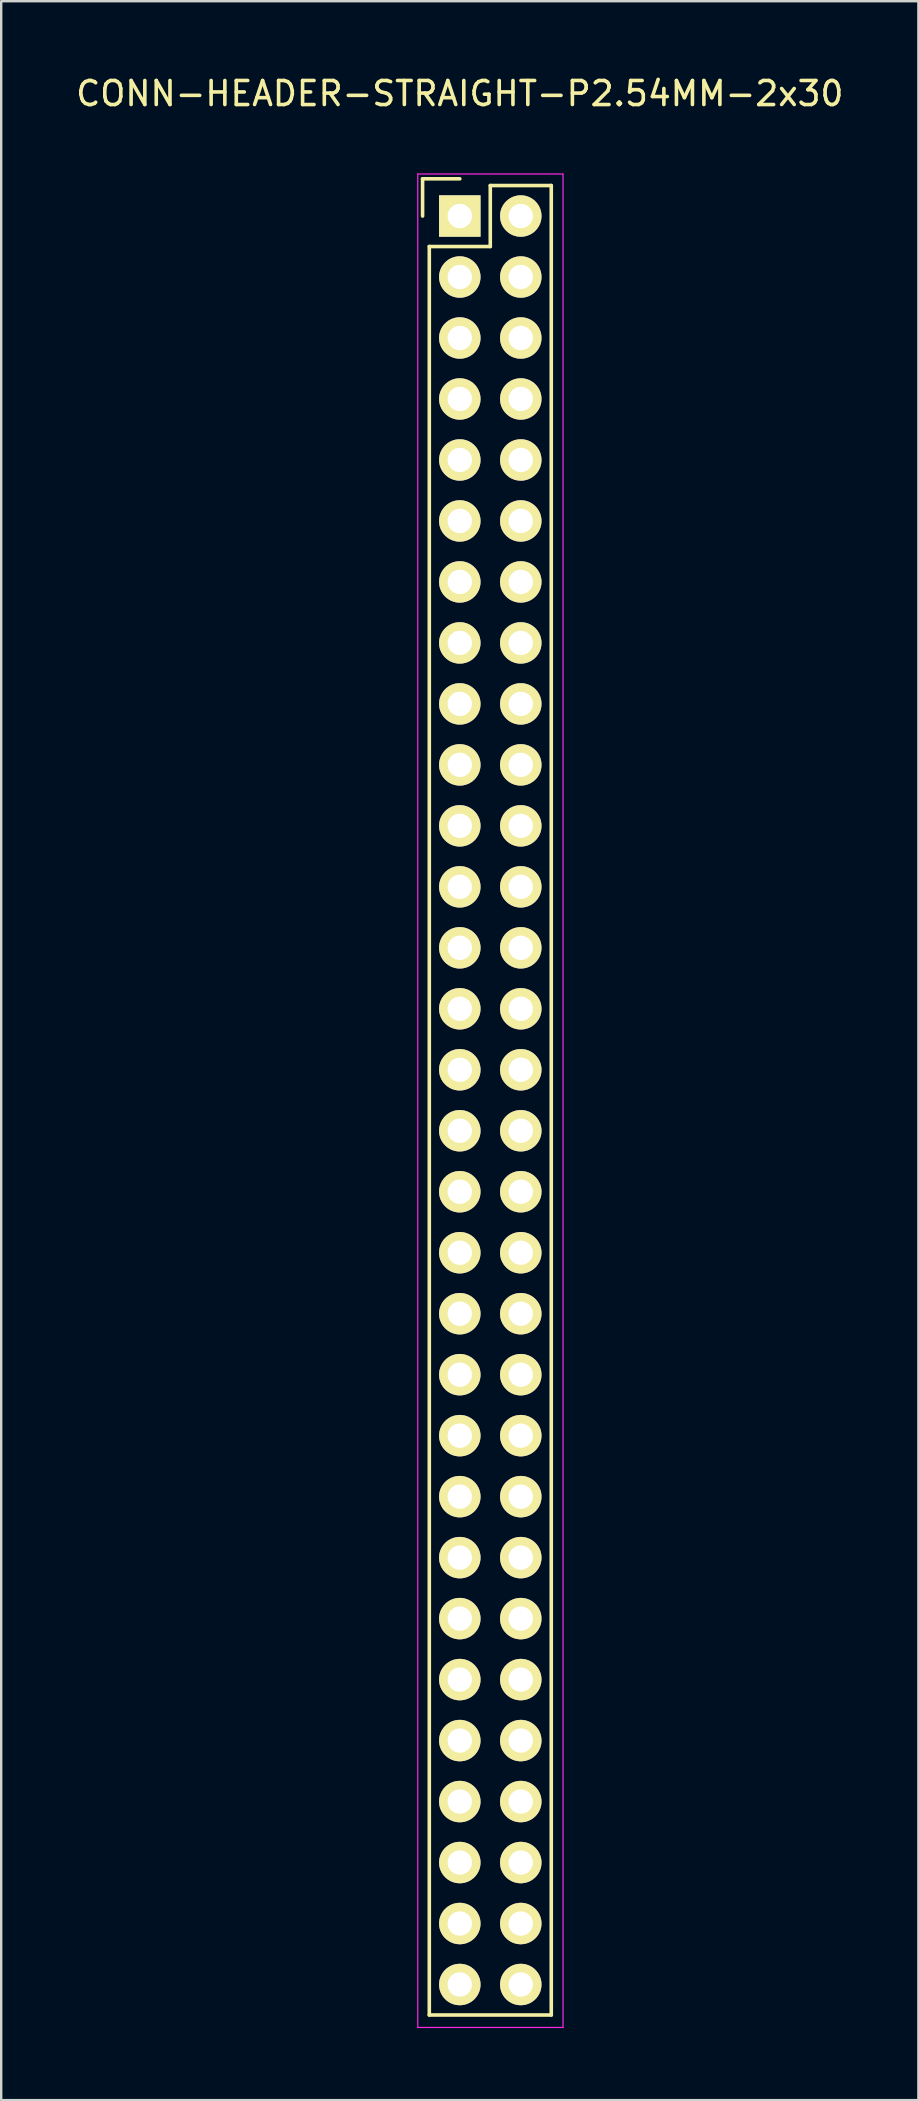
<source format=kicad_pcb>
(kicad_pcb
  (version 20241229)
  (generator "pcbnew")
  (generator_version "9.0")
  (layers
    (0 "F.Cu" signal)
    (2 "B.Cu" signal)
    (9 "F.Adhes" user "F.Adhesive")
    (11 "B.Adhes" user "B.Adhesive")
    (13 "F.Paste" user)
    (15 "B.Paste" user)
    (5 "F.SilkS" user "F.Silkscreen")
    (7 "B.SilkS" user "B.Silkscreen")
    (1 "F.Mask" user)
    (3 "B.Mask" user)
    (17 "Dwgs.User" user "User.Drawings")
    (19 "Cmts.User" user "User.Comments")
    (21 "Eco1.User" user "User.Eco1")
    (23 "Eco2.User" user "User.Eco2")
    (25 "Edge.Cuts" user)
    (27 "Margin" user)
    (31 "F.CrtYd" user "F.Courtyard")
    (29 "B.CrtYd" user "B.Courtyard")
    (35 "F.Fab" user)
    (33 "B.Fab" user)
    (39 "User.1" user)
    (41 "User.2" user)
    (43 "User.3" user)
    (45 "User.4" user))
  (footprint "CONN-HEADER-STRAIGHT-P2.54MM-2x30"
    (layer "F.Cu")
    (at 16.101 5.948)
    (property "Reference" "CONN-HEADER-STRAIGHT-P2.54MM-2x30" (at 0 -5.1 0) (layer "F.SilkS") (effects (font (size 1 1) (thickness 0.15))))
    (attr through_hole)
    (fp_line (start -1.55 -1.55) (end -1.55 0) (stroke (width 0.15) (type solid)) (layer "F.SilkS"))
    (fp_line (start -1.27 74.93) (end -1.27 1.27) (stroke (width 0.15) (type solid)) (layer "F.SilkS"))
    (fp_line (start 0 -1.55) (end -1.55 -1.55) (stroke (width 0.15) (type solid)) (layer "F.SilkS"))
    (fp_line (start 1.27 -1.27) (end 1.27 1.27) (stroke (width 0.15) (type solid)) (layer "F.SilkS"))
    (fp_line (start 1.27 1.27) (end -1.27 1.27) (stroke (width 0.15) (type solid)) (layer "F.SilkS"))
    (fp_line (start 3.81 -1.27) (end 1.27 -1.27) (stroke (width 0.15) (type solid)) (layer "F.SilkS"))
    (fp_line (start 3.81 -1.27) (end 3.81 74.93) (stroke (width 0.15) (type solid)) (layer "F.SilkS"))
    (fp_line (start 3.81 74.93) (end -1.27 74.93) (stroke (width 0.15) (type solid)) (layer "F.SilkS"))
    (fp_line (start -1.75 -1.75) (end -1.75 75.45) (stroke (width 0.05) (type solid)) (layer "F.CrtYd"))
    (fp_line (start -1.75 -1.75) (end 4.3 -1.75) (stroke (width 0.05) (type solid)) (layer "F.CrtYd"))
    (fp_line (start -1.75 75.45) (end 4.3 75.45) (stroke (width 0.05) (type solid)) (layer "F.CrtYd"))
    (fp_line (start 4.3 -1.75) (end 4.3 75.45) (stroke (width 0.05) (type solid)) (layer "F.CrtYd"))
    (pad "1" thru_hole rect (at 0 0) (size 1.727 1.727) (drill 1.016) (layers "*.Cu" "*.Mask" "F.SilkS"))
    (pad "2" thru_hole oval (at 2.54 0) (size 1.727 1.727) (drill 1.016) (layers "*.Cu" "*.Mask" "F.SilkS"))
    (pad "3" thru_hole oval (at 0 2.54) (size 1.727 1.727) (drill 1.016) (layers "*.Cu" "*.Mask" "F.SilkS"))
    (pad "4" thru_hole oval (at 2.54 2.54) (size 1.727 1.727) (drill 1.016) (layers "*.Cu" "*.Mask" "F.SilkS"))
    (pad "5" thru_hole oval (at 0 5.08) (size 1.727 1.727) (drill 1.016) (layers "*.Cu" "*.Mask" "F.SilkS"))
    (pad "6" thru_hole oval (at 2.54 5.08) (size 1.727 1.727) (drill 1.016) (layers "*.Cu" "*.Mask" "F.SilkS"))
    (pad "7" thru_hole oval (at 0 7.62) (size 1.727 1.727) (drill 1.016) (layers "*.Cu" "*.Mask" "F.SilkS"))
    (pad "8" thru_hole oval (at 2.54 7.62) (size 1.727 1.727) (drill 1.016) (layers "*.Cu" "*.Mask" "F.SilkS"))
    (pad "9" thru_hole oval (at 0 10.16) (size 1.727 1.727) (drill 1.016) (layers "*.Cu" "*.Mask" "F.SilkS"))
    (pad "10" thru_hole oval (at 2.54 10.16) (size 1.727 1.727) (drill 1.016) (layers "*.Cu" "*.Mask" "F.SilkS"))
    (pad "11" thru_hole oval (at 0 12.7) (size 1.727 1.727) (drill 1.016) (layers "*.Cu" "*.Mask" "F.SilkS"))
    (pad "12" thru_hole oval (at 2.54 12.7) (size 1.727 1.727) (drill 1.016) (layers "*.Cu" "*.Mask" "F.SilkS"))
    (pad "13" thru_hole oval (at 0 15.24) (size 1.727 1.727) (drill 1.016) (layers "*.Cu" "*.Mask" "F.SilkS"))
    (pad "14" thru_hole oval (at 2.54 15.24) (size 1.727 1.727) (drill 1.016) (layers "*.Cu" "*.Mask" "F.SilkS"))
    (pad "15" thru_hole oval (at 0 17.78) (size 1.727 1.727) (drill 1.016) (layers "*.Cu" "*.Mask" "F.SilkS"))
    (pad "16" thru_hole oval (at 2.54 17.78) (size 1.727 1.727) (drill 1.016) (layers "*.Cu" "*.Mask" "F.SilkS"))
    (pad "17" thru_hole oval (at 0 20.32) (size 1.727 1.727) (drill 1.016) (layers "*.Cu" "*.Mask" "F.SilkS"))
    (pad "18" thru_hole oval (at 2.54 20.32) (size 1.727 1.727) (drill 1.016) (layers "*.Cu" "*.Mask" "F.SilkS"))
    (pad "19" thru_hole oval (at 0 22.86) (size 1.727 1.727) (drill 1.016) (layers "*.Cu" "*.Mask" "F.SilkS"))
    (pad "20" thru_hole oval (at 2.54 22.86) (size 1.727 1.727) (drill 1.016) (layers "*.Cu" "*.Mask" "F.SilkS"))
    (pad "21" thru_hole oval (at 0 25.4) (size 1.727 1.727) (drill 1.016) (layers "*.Cu" "*.Mask" "F.SilkS"))
    (pad "22" thru_hole oval (at 2.54 25.4) (size 1.727 1.727) (drill 1.016) (layers "*.Cu" "*.Mask" "F.SilkS"))
    (pad "23" thru_hole oval (at 0 27.94) (size 1.727 1.727) (drill 1.016) (layers "*.Cu" "*.Mask" "F.SilkS"))
    (pad "24" thru_hole oval (at 2.54 27.94) (size 1.727 1.727) (drill 1.016) (layers "*.Cu" "*.Mask" "F.SilkS"))
    (pad "25" thru_hole oval (at 0 30.48) (size 1.727 1.727) (drill 1.016) (layers "*.Cu" "*.Mask" "F.SilkS"))
    (pad "26" thru_hole oval (at 2.54 30.48) (size 1.727 1.727) (drill 1.016) (layers "*.Cu" "*.Mask" "F.SilkS"))
    (pad "27" thru_hole oval (at 0 33.02) (size 1.727 1.727) (drill 1.016) (layers "*.Cu" "*.Mask" "F.SilkS"))
    (pad "28" thru_hole oval (at 2.54 33.02) (size 1.727 1.727) (drill 1.016) (layers "*.Cu" "*.Mask" "F.SilkS"))
    (pad "29" thru_hole oval (at 0 35.56) (size 1.727 1.727) (drill 1.016) (layers "*.Cu" "*.Mask" "F.SilkS"))
    (pad "30" thru_hole oval (at 2.54 35.56) (size 1.727 1.727) (drill 1.016) (layers "*.Cu" "*.Mask" "F.SilkS"))
    (pad "31" thru_hole oval (at 0 38.1) (size 1.727 1.727) (drill 1.016) (layers "*.Cu" "*.Mask" "F.SilkS"))
    (pad "32" thru_hole oval (at 2.54 38.1) (size 1.727 1.727) (drill 1.016) (layers "*.Cu" "*.Mask" "F.SilkS"))
    (pad "33" thru_hole oval (at 0 40.64) (size 1.727 1.727) (drill 1.016) (layers "*.Cu" "*.Mask" "F.SilkS"))
    (pad "34" thru_hole oval (at 2.54 40.64) (size 1.727 1.727) (drill 1.016) (layers "*.Cu" "*.Mask" "F.SilkS"))
    (pad "35" thru_hole oval (at 0 43.18) (size 1.727 1.727) (drill 1.016) (layers "*.Cu" "*.Mask" "F.SilkS"))
    (pad "36" thru_hole oval (at 2.54 43.18) (size 1.727 1.727) (drill 1.016) (layers "*.Cu" "*.Mask" "F.SilkS"))
    (pad "37" thru_hole oval (at 0 45.72) (size 1.727 1.727) (drill 1.016) (layers "*.Cu" "*.Mask" "F.SilkS"))
    (pad "38" thru_hole oval (at 2.54 45.72) (size 1.727 1.727) (drill 1.016) (layers "*.Cu" "*.Mask" "F.SilkS"))
    (pad "39" thru_hole oval (at 0 48.26) (size 1.727 1.727) (drill 1.016) (layers "*.Cu" "*.Mask" "F.SilkS"))
    (pad "40" thru_hole oval (at 2.54 48.26) (size 1.727 1.727) (drill 1.016) (layers "*.Cu" "*.Mask" "F.SilkS"))
    (pad "41" thru_hole oval (at 0 50.8) (size 1.727 1.727) (drill 1.016) (layers "*.Cu" "*.Mask" "F.SilkS"))
    (pad "42" thru_hole oval (at 2.54 50.8) (size 1.727 1.727) (drill 1.016) (layers "*.Cu" "*.Mask" "F.SilkS"))
    (pad "43" thru_hole oval (at 0 53.34) (size 1.727 1.727) (drill 1.016) (layers "*.Cu" "*.Mask" "F.SilkS"))
    (pad "44" thru_hole oval (at 2.54 53.34) (size 1.727 1.727) (drill 1.016) (layers "*.Cu" "*.Mask" "F.SilkS"))
    (pad "45" thru_hole oval (at 0 55.88) (size 1.727 1.727) (drill 1.016) (layers "*.Cu" "*.Mask" "F.SilkS"))
    (pad "46" thru_hole oval (at 2.54 55.88) (size 1.727 1.727) (drill 1.016) (layers "*.Cu" "*.Mask" "F.SilkS"))
    (pad "47" thru_hole oval (at 0 58.42) (size 1.727 1.727) (drill 1.016) (layers "*.Cu" "*.Mask" "F.SilkS"))
    (pad "48" thru_hole oval (at 2.54 58.42) (size 1.727 1.727) (drill 1.016) (layers "*.Cu" "*.Mask" "F.SilkS"))
    (pad "49" thru_hole oval (at 0 60.96) (size 1.727 1.727) (drill 1.016) (layers "*.Cu" "*.Mask" "F.SilkS"))
    (pad "50" thru_hole oval (at 2.54 60.96) (size 1.727 1.727) (drill 1.016) (layers "*.Cu" "*.Mask" "F.SilkS"))
    (pad "51" thru_hole oval (at 0 63.5) (size 1.727 1.727) (drill 1.016) (layers "*.Cu" "*.Mask" "F.SilkS"))
    (pad "52" thru_hole oval (at 2.54 63.5) (size 1.727 1.727) (drill 1.016) (layers "*.Cu" "*.Mask" "F.SilkS"))
    (pad "53" thru_hole oval (at 0 66.04) (size 1.727 1.727) (drill 1.016) (layers "*.Cu" "*.Mask" "F.SilkS"))
    (pad "54" thru_hole oval (at 2.54 66.04) (size 1.727 1.727) (drill 1.016) (layers "*.Cu" "*.Mask" "F.SilkS"))
    (pad "55" thru_hole oval (at 0 68.58) (size 1.727 1.727) (drill 1.016) (layers "*.Cu" "*.Mask" "F.SilkS"))
    (pad "56" thru_hole oval (at 2.54 68.58) (size 1.727 1.727) (drill 1.016) (layers "*.Cu" "*.Mask" "F.SilkS"))
    (pad "57" thru_hole oval (at 0 71.12) (size 1.727 1.727) (drill 1.016) (layers "*.Cu" "*.Mask" "F.SilkS"))
    (pad "58" thru_hole oval (at 2.54 71.12) (size 1.727 1.727) (drill 1.016) (layers "*.Cu" "*.Mask" "F.SilkS"))
    (pad "59" thru_hole oval (at 0 73.66) (size 1.727 1.727) (drill 1.016) (layers "*.Cu" "*.Mask" "F.SilkS"))
    (pad "60" thru_hole oval (at 2.54 73.66) (size 1.727 1.727) (drill 1.016) (layers "*.Cu" "*.Mask" "F.SilkS")))
  (gr_rect
    (start -3 -3)
    (end 35.202 84.423)
    (stroke (width 0.1) (type default))
    (fill no)
    (layer "Edge.Cuts")))
</source>
